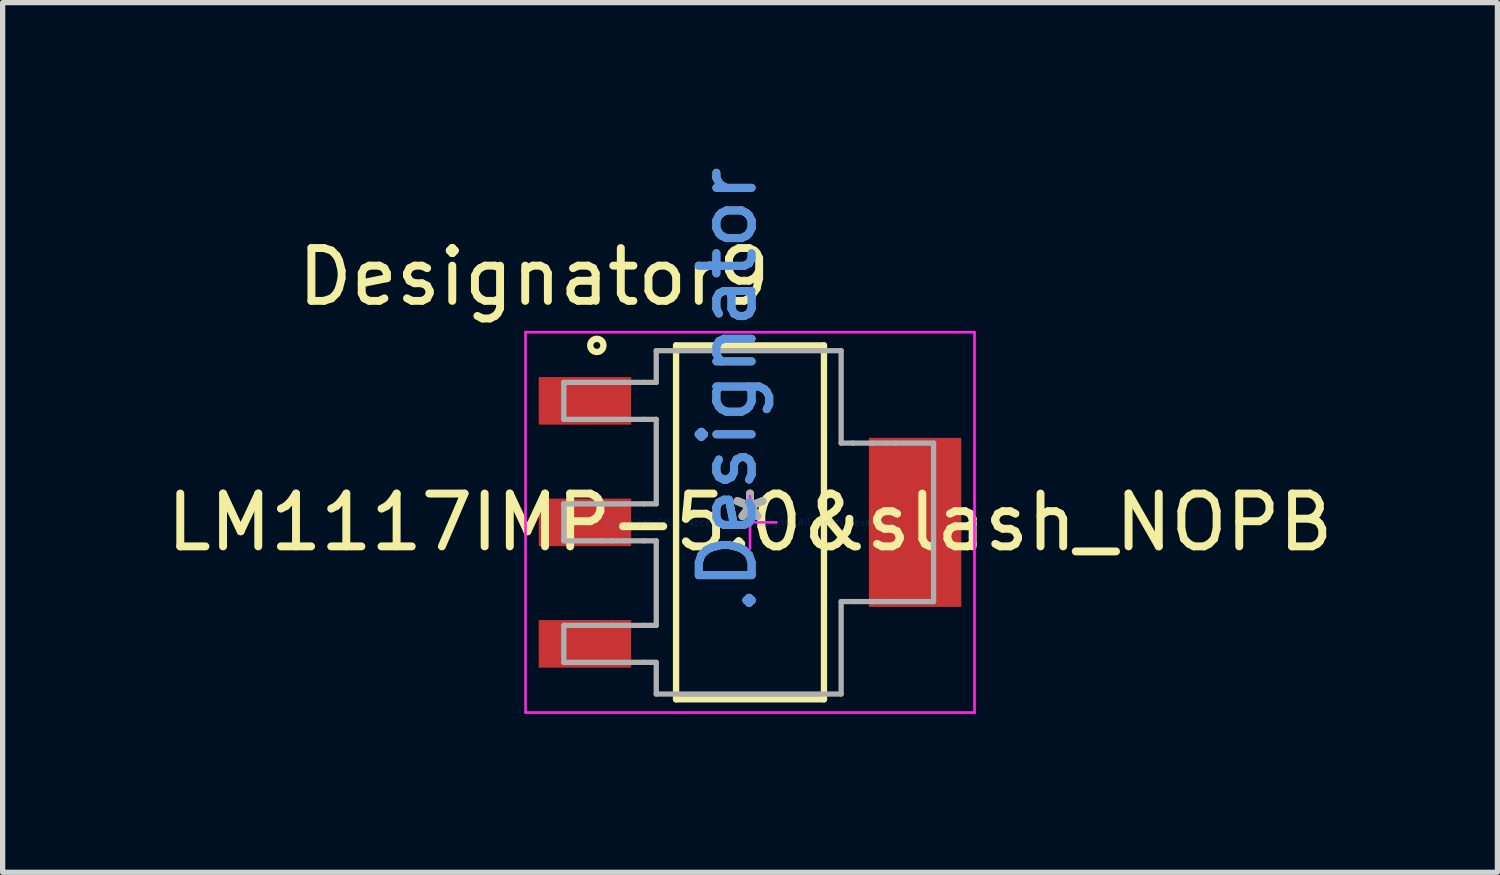
<source format=kicad_pcb>
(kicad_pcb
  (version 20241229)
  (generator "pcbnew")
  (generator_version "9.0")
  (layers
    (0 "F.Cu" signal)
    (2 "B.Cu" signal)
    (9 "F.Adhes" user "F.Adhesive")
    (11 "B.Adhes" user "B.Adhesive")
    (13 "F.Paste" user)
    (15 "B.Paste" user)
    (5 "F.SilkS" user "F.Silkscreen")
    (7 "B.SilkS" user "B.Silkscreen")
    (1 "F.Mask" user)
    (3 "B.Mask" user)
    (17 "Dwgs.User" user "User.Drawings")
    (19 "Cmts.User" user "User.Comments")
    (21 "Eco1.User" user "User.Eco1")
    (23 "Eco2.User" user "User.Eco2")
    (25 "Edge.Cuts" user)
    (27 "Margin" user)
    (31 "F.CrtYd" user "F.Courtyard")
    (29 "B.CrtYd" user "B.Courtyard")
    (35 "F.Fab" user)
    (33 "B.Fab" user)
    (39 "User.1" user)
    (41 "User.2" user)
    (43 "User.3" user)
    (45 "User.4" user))
  (footprint "LM1117IMP-5.0&slash_NOPB"
    (layer "F.Cu")
    (at 11.149 6.839)
    (property "Reference" "LM1117IMP-5.0&slash_NOPB" (at 0 0 0) (layer "F.SilkS") (effects (font (size 1 1) (thickness 0.15))))
    (attr through_hole)
    (fp_line (start -1.4 -3.35) (end 1.4 -3.35) (stroke (width 0.12) (type solid)) (layer "F.SilkS"))
    (fp_line (start -1.4 3.35) (end -1.4 -3.35) (stroke (width 0.12) (type solid)) (layer "F.SilkS"))
    (fp_line (start -1.4 3.35) (end 1.4 3.35) (stroke (width 0.12) (type solid)) (layer "F.SilkS"))
    (fp_line (start 1.4 3.35) (end 1.4 -3.35) (stroke (width 0.12) (type solid)) (layer "F.SilkS"))
    (fp_circle (center -2.9 -3.35) (end -2.775 -3.35) (stroke (width 0.12) (type solid)) (fill no) (layer "F.SilkS"))
    (fp_line (start -4.25 -3.6) (end 4.25 -3.6) (stroke (width 0.05) (type solid)) (layer "F.CrtYd"))
    (fp_line (start -4.25 3.6) (end -4.25 -3.6) (stroke (width 0.05) (type solid)) (layer "F.CrtYd"))
    (fp_line (start -4.25 3.6) (end 4.25 3.6) (stroke (width 0.05) (type solid)) (layer "F.CrtYd"))
    (fp_line (start -0.5 0) (end 0.5 0) (stroke (width 0.05) (type solid)) (layer "F.CrtYd"))
    (fp_line (start 0 0.5) (end 0 -0.5) (stroke (width 0.05) (type solid)) (layer "F.CrtYd"))
    (fp_line (start 4.25 3.6) (end 4.25 -3.6) (stroke (width 0.05) (type solid)) (layer "F.CrtYd"))
    (fp_line (start -3.525 -2.65) (end -2.797 -2.65) (stroke (width 0.1) (type solid)) (layer "F.Fab"))
    (fp_line (start -3.525 -1.95) (end -3.525 -2.65) (stroke (width 0.1) (type solid)) (layer "F.Fab"))
    (fp_line (start -3.525 -1.95) (end -2.797 -1.95) (stroke (width 0.1) (type solid)) (layer "F.Fab"))
    (fp_line (start -3.525 -0.35) (end -2.797 -0.35) (stroke (width 0.1) (type solid)) (layer "F.Fab"))
    (fp_line (start -3.525 0.35) (end -3.525 -0.35) (stroke (width 0.1) (type solid)) (layer "F.Fab"))
    (fp_line (start -3.525 0.35) (end -2.797 0.35) (stroke (width 0.1) (type solid)) (layer "F.Fab"))
    (fp_line (start -3.525 1.95) (end -2.797 1.95) (stroke (width 0.1) (type solid)) (layer "F.Fab"))
    (fp_line (start -3.525 2.65) (end -3.525 1.95) (stroke (width 0.1) (type solid)) (layer "F.Fab"))
    (fp_line (start -3.525 2.65) (end -2.797 2.65) (stroke (width 0.1) (type solid)) (layer "F.Fab"))
    (fp_line (start -2.797 -2.65) (end -2.612 -2.65) (stroke (width 0.1) (type solid)) (layer "F.Fab"))
    (fp_line (start -2.797 -1.95) (end -2.612 -1.95) (stroke (width 0.1) (type solid)) (layer "F.Fab"))
    (fp_line (start -2.797 -0.35) (end -2.612 -0.35) (stroke (width 0.1) (type solid)) (layer "F.Fab"))
    (fp_line (start -2.797 0.35) (end -2.612 0.35) (stroke (width 0.1) (type solid)) (layer "F.Fab"))
    (fp_line (start -2.797 1.95) (end -2.612 1.95) (stroke (width 0.1) (type solid)) (layer "F.Fab"))
    (fp_line (start -2.797 2.65) (end -2.612 2.65) (stroke (width 0.1) (type solid)) (layer "F.Fab"))
    (fp_line (start -2.612 -2.65) (end -2.374 -2.65) (stroke (width 0.1) (type solid)) (layer "F.Fab"))
    (fp_line (start -2.612 -1.95) (end -2.374 -1.95) (stroke (width 0.1) (type solid)) (layer "F.Fab"))
    (fp_line (start -2.612 -0.35) (end -2.374 -0.35) (stroke (width 0.1) (type solid)) (layer "F.Fab"))
    (fp_line (start -2.612 0.35) (end -2.374 0.35) (stroke (width 0.1) (type solid)) (layer "F.Fab"))
    (fp_line (start -2.612 1.95) (end -2.374 1.95) (stroke (width 0.1) (type solid)) (layer "F.Fab"))
    (fp_line (start -2.612 2.65) (end -2.374 2.65) (stroke (width 0.1) (type solid)) (layer "F.Fab"))
    (fp_line (start -2.374 -2.65) (end -2.003 -2.65) (stroke (width 0.1) (type solid)) (layer "F.Fab"))
    (fp_line (start -2.374 -1.95) (end -2.003 -1.95) (stroke (width 0.1) (type solid)) (layer "F.Fab"))
    (fp_line (start -2.374 -0.35) (end -2.003 -0.35) (stroke (width 0.1) (type solid)) (layer "F.Fab"))
    (fp_line (start -2.374 0.35) (end -2.003 0.35) (stroke (width 0.1) (type solid)) (layer "F.Fab"))
    (fp_line (start -2.374 1.95) (end -2.003 1.95) (stroke (width 0.1) (type solid)) (layer "F.Fab"))
    (fp_line (start -2.374 2.65) (end -2.003 2.65) (stroke (width 0.1) (type solid)) (layer "F.Fab"))
    (fp_line (start -2.003 -2.65) (end -1.775 -2.65) (stroke (width 0.1) (type solid)) (layer "F.Fab"))
    (fp_line (start -2.003 -1.95) (end -1.775 -1.95) (stroke (width 0.1) (type solid)) (layer "F.Fab"))
    (fp_line (start -2.003 -0.35) (end -1.775 -0.35) (stroke (width 0.1) (type solid)) (layer "F.Fab"))
    (fp_line (start -2.003 0.35) (end -1.775 0.35) (stroke (width 0.1) (type solid)) (layer "F.Fab"))
    (fp_line (start -2.003 1.95) (end -1.775 1.95) (stroke (width 0.1) (type solid)) (layer "F.Fab"))
    (fp_line (start -2.003 2.65) (end -1.775 2.65) (stroke (width 0.1) (type solid)) (layer "F.Fab"))
    (fp_line (start -1.775 -3.25) (end 1.725 -3.25) (stroke (width 0.1) (type solid)) (layer "F.Fab"))
    (fp_line (start -1.775 -2.65) (end -1.775 -3.25) (stroke (width 0.1) (type solid)) (layer "F.Fab"))
    (fp_line (start -1.775 -0.35) (end -1.775 -1.95) (stroke (width 0.1) (type solid)) (layer "F.Fab"))
    (fp_line (start -1.775 1.95) (end -1.775 0.35) (stroke (width 0.1) (type solid)) (layer "F.Fab"))
    (fp_line (start -1.775 3.25) (end -1.775 2.65) (stroke (width 0.1) (type solid)) (layer "F.Fab"))
    (fp_line (start -1.775 3.25) (end 1.725 3.25) (stroke (width 0.1) (type solid)) (layer "F.Fab"))
    (fp_line (start 1.725 -1.5) (end 1.725 -3.25) (stroke (width 0.1) (type solid)) (layer "F.Fab"))
    (fp_line (start 1.725 -1.5) (end 1.953 -1.5) (stroke (width 0.1) (type solid)) (layer "F.Fab"))
    (fp_line (start 1.725 1.5) (end 1.953 1.5) (stroke (width 0.1) (type solid)) (layer "F.Fab"))
    (fp_line (start 1.725 3.25) (end 1.725 1.5) (stroke (width 0.1) (type solid)) (layer "F.Fab"))
    (fp_line (start 1.953 -1.5) (end 2.324 -1.5) (stroke (width 0.1) (type solid)) (layer "F.Fab"))
    (fp_line (start 1.953 1.5) (end 2.324 1.5) (stroke (width 0.1) (type solid)) (layer "F.Fab"))
    (fp_line (start 2.324 -1.5) (end 2.562 -1.5) (stroke (width 0.1) (type solid)) (layer "F.Fab"))
    (fp_line (start 2.324 1.5) (end 2.562 1.5) (stroke (width 0.1) (type solid)) (layer "F.Fab"))
    (fp_line (start 2.562 -1.5) (end 2.747 -1.5) (stroke (width 0.1) (type solid)) (layer "F.Fab"))
    (fp_line (start 2.562 1.5) (end 2.747 1.5) (stroke (width 0.1) (type solid)) (layer "F.Fab"))
    (fp_line (start 2.747 -1.5) (end 3.475 -1.5) (stroke (width 0.1) (type solid)) (layer "F.Fab"))
    (fp_line (start 2.747 1.5) (end 3.475 1.5) (stroke (width 0.1) (type solid)) (layer "F.Fab"))
    (fp_line (start 3.475 1.5) (end 3.475 -1.5) (stroke (width 0.1) (type solid)) (layer "F.Fab"))
    (fp_text user "*" (at 0 0 0) (layer "F.SilkS") (effects (font (size 1 1) (thickness 0.15))))
    (fp_text user "Designator9" (at -4.089 -4.648 0) (layer "F.SilkS") (effects (font (size 1 1) (thickness 0.15))))
    (fp_text user ".Designator" (at -0.425 -2.5 270) (layer "Cmts.User") (effects (font (size 1 1) (thickness 0.15))))
    (fp_text user "Copyright 2021 Accelerated Designs. All rights reserved." (at 0 0 0) (layer "Cmts.User") (effects (font (size 0.127 0.127) (thickness 0.002))))
    (fp_text user "*" (at 0 0 0) (layer "F.Fab") (effects (font (size 1 1) (thickness 0.15))))
    (fp_text user ".Designator" (at -0.425 -2.5 270) (layer "F.Fab") (effects (font (size 1 1) (thickness 0.15))))
    (pad "1" smd rect (at -3.125 -2.3 90) (size 0.9 1.75) (layers "F.Cu" "F.Mask" "F.Paste"))
    (pad "2" smd rect (at -3.125 0 90) (size 0.9 1.75) (layers "F.Cu" "F.Mask" "F.Paste"))
    (pad "3" smd rect (at -3.125 2.3 90) (size 0.9 1.75) (layers "F.Cu" "F.Mask" "F.Paste"))
    (pad "4" smd rect (at 3.125 0 90) (size 3.2 1.75) (layers "F.Cu" "F.Mask" "F.Paste")))
  (gr_rect
    (start -3 -3)
    (end 25.298 13.464)
    (stroke (width 0.1) (type default))
    (fill no)
    (layer "Edge.Cuts")))
</source>
